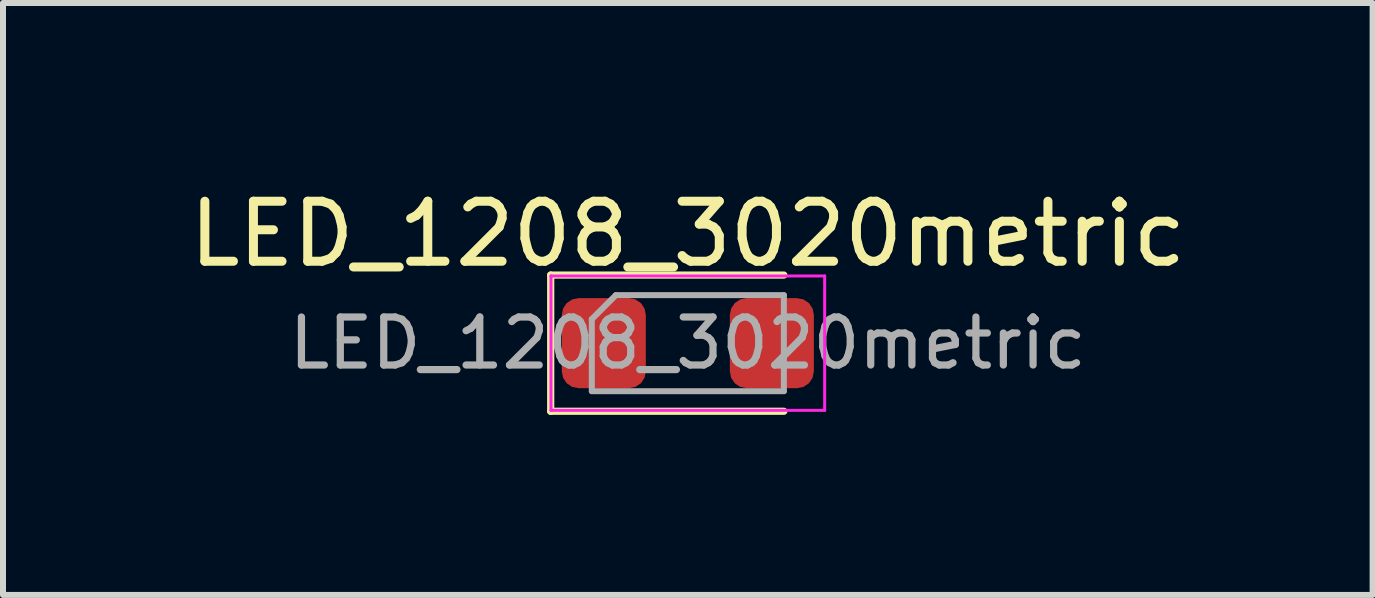
<source format=kicad_pcb>
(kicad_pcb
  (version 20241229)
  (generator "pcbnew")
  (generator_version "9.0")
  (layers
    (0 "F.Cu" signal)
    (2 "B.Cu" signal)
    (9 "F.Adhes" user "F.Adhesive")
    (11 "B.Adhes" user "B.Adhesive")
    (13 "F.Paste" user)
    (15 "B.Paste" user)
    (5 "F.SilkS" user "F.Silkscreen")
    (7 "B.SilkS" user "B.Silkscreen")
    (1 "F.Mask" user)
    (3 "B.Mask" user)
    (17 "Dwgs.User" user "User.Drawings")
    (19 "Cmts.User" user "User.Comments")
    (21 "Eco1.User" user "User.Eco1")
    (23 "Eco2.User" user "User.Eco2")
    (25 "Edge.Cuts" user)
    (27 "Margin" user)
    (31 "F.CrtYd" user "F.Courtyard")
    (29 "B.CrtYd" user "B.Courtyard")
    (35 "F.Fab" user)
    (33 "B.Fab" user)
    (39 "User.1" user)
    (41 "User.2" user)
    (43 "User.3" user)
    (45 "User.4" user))
  (footprint "LED_1208_3020metric"
    (layer "F.Cu")
    (at 8.411 2.668)
    (property "Reference" "LED_1208_3020metric" (at 0 -1.82 0) (layer "F.SilkS") (effects (font (size 1 1) (thickness 0.15))))
    (attr smd)
    (fp_line (start -2.285 -1.135) (end -2.285 1.135) (stroke (width 0.12) (type solid)) (layer "F.SilkS"))
    (fp_line (start -2.285 1.135) (end 1.6 1.135) (stroke (width 0.12) (type solid)) (layer "F.SilkS"))
    (fp_line (start 1.6 -1.135) (end -2.285 -1.135) (stroke (width 0.12) (type solid)) (layer "F.SilkS"))
    (fp_line (start -2.28 -1.12) (end 2.28 -1.12) (stroke (width 0.05) (type solid)) (layer "F.CrtYd"))
    (fp_line (start -2.28 1.12) (end -2.28 -1.12) (stroke (width 0.05) (type solid)) (layer "F.CrtYd"))
    (fp_line (start 2.28 -1.12) (end 2.28 1.12) (stroke (width 0.05) (type solid)) (layer "F.CrtYd"))
    (fp_line (start 2.28 1.12) (end -2.28 1.12) (stroke (width 0.05) (type solid)) (layer "F.CrtYd"))
    (fp_line (start -1.6 -0.4) (end -1.6 0.8) (stroke (width 0.1) (type solid)) (layer "F.Fab"))
    (fp_line (start -1.6 0.8) (end 1.6 0.8) (stroke (width 0.1) (type solid)) (layer "F.Fab"))
    (fp_line (start -1.2 -0.8) (end -1.6 -0.4) (stroke (width 0.1) (type solid)) (layer "F.Fab"))
    (fp_line (start 1.6 -0.8) (end -1.2 -0.8) (stroke (width 0.1) (type solid)) (layer "F.Fab"))
    (fp_line (start 1.6 0.8) (end 1.6 -0.8) (stroke (width 0.1) (type solid)) (layer "F.Fab"))
    (fp_text user "${REFERENCE}" (at 0 0 0) (layer "F.Fab") (effects (font (size 0.8 0.8) (thickness 0.12))))
    (pad "1" smd roundrect (at -1.4 0) (size 1.4 1.5) (layers "F.Cu" "F.Mask" "F.Paste") (roundrect_rratio 0.2))
    (pad "2" smd roundrect (at 1.4 0) (size 1.4 1.5) (layers "F.Cu" "F.Mask" "F.Paste") (roundrect_rratio 0.2)))
  (gr_rect
    (start -3 -3)
    (end 19.821 6.863)
    (stroke (width 0.1) (type default))
    (fill no)
    (layer "Edge.Cuts")))
</source>
